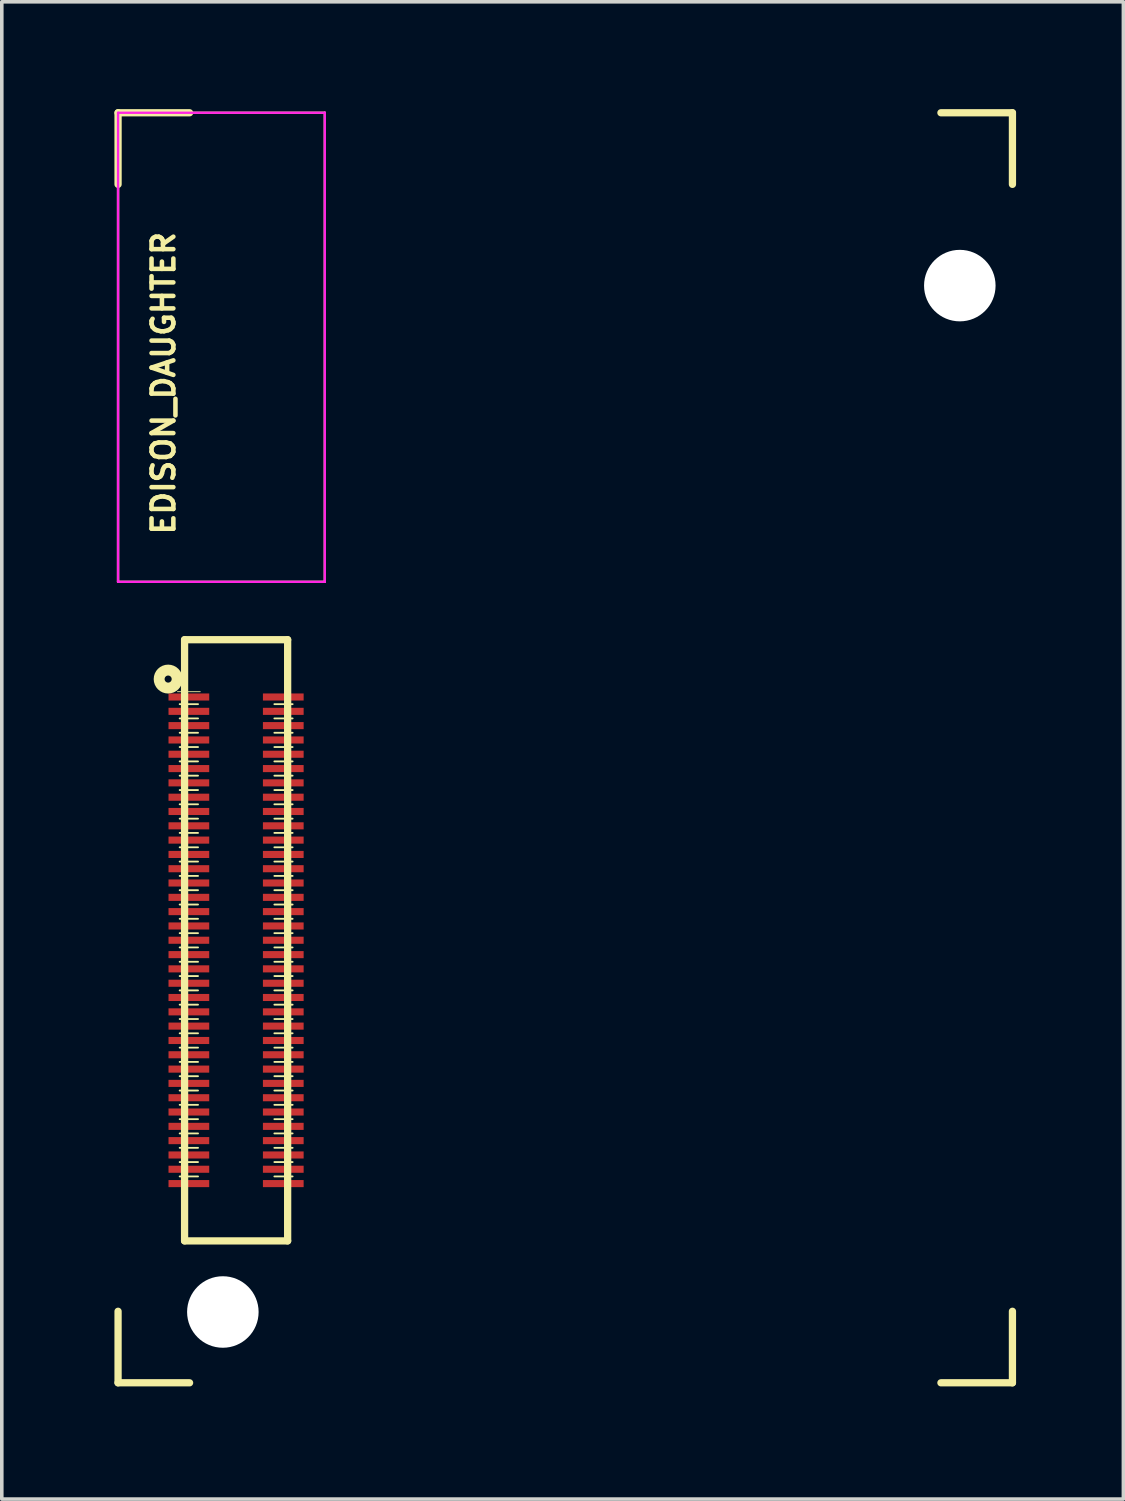
<source format=kicad_pcb>
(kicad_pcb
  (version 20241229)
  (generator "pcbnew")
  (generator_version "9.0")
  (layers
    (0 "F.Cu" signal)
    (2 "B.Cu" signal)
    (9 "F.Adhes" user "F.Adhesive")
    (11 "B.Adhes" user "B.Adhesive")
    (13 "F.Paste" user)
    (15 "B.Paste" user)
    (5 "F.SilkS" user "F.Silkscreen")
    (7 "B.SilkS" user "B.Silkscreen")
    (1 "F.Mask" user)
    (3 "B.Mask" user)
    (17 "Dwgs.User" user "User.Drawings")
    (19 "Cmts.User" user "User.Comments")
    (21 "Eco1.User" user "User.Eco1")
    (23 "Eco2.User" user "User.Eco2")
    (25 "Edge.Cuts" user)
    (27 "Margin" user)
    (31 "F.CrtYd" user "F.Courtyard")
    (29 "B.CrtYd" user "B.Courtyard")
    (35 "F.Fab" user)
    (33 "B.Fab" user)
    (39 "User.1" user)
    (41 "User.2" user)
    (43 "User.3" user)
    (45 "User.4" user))
  (footprint "EDISON_DAUGHTER"
    (layer "F.Cu")
    (at 0.25 35.601)
    (property "Reference" "EDISON_DAUGHTER" (at 1.27 -27.94 90) (layer "F.SilkS") (effects (font (size 0.61 0.61) (thickness 0.127))))
    (attr smd)
    (fp_line (start 0 -35.499) (end 1.999 -35.499) (stroke (width 0.203) (type solid)) (layer "F.SilkS"))
    (fp_line (start 0 -35.499) (end 5.779 -35.499) (stroke (width 0.066) (type solid)) (layer "F.SilkS"))
    (fp_line (start 0 -33.498) (end 0 -35.499) (stroke (width 0.203) (type solid)) (layer "F.SilkS"))
    (fp_line (start 0 -22.388) (end 0 -35.499) (stroke (width 0.066) (type solid)) (layer "F.SilkS"))
    (fp_line (start 0 -22.388) (end 5.779 -22.388) (stroke (width 0.066) (type solid)) (layer "F.SilkS"))
    (fp_line (start 0 0) (end 0 -1.999) (stroke (width 0.203) (type solid)) (layer "F.SilkS"))
    (fp_line (start 1.661 -19.317) (end 2.296 -19.317) (stroke (width 0.025) (type solid)) (layer "F.SilkS"))
    (fp_line (start 1.722 -18.969) (end 2.235 -18.969) (stroke (width 0.051) (type solid)) (layer "F.SilkS"))
    (fp_line (start 1.722 -18.57) (end 2.235 -18.57) (stroke (width 0.051) (type solid)) (layer "F.SilkS"))
    (fp_line (start 1.722 -18.169) (end 2.235 -18.169) (stroke (width 0.051) (type solid)) (layer "F.SilkS"))
    (fp_line (start 1.722 -17.77) (end 2.235 -17.77) (stroke (width 0.051) (type solid)) (layer "F.SilkS"))
    (fp_line (start 1.722 -17.369) (end 2.235 -17.369) (stroke (width 0.051) (type solid)) (layer "F.SilkS"))
    (fp_line (start 1.722 -16.97) (end 2.235 -16.97) (stroke (width 0.051) (type solid)) (layer "F.SilkS"))
    (fp_line (start 1.722 -16.568) (end 2.235 -16.568) (stroke (width 0.051) (type solid)) (layer "F.SilkS"))
    (fp_line (start 1.722 -16.17) (end 2.235 -16.17) (stroke (width 0.051) (type solid)) (layer "F.SilkS"))
    (fp_line (start 1.722 -15.768) (end 2.235 -15.768) (stroke (width 0.051) (type solid)) (layer "F.SilkS"))
    (fp_line (start 1.722 -15.37) (end 2.235 -15.37) (stroke (width 0.051) (type solid)) (layer "F.SilkS"))
    (fp_line (start 1.722 -14.968) (end 2.235 -14.968) (stroke (width 0.051) (type solid)) (layer "F.SilkS"))
    (fp_line (start 1.722 -14.569) (end 2.235 -14.569) (stroke (width 0.051) (type solid)) (layer "F.SilkS"))
    (fp_line (start 1.722 -14.168) (end 2.235 -14.168) (stroke (width 0.051) (type solid)) (layer "F.SilkS"))
    (fp_line (start 1.722 -13.769) (end 2.235 -13.769) (stroke (width 0.051) (type solid)) (layer "F.SilkS"))
    (fp_line (start 1.722 -13.368) (end 2.235 -13.368) (stroke (width 0.051) (type solid)) (layer "F.SilkS"))
    (fp_line (start 1.722 -12.969) (end 2.235 -12.969) (stroke (width 0.051) (type solid)) (layer "F.SilkS"))
    (fp_line (start 1.722 -12.568) (end 2.235 -12.568) (stroke (width 0.051) (type solid)) (layer "F.SilkS"))
    (fp_line (start 1.722 -12.169) (end 2.235 -12.169) (stroke (width 0.051) (type solid)) (layer "F.SilkS"))
    (fp_line (start 1.722 -11.768) (end 2.235 -11.768) (stroke (width 0.051) (type solid)) (layer "F.SilkS"))
    (fp_line (start 1.722 -11.369) (end 2.235 -11.369) (stroke (width 0.051) (type solid)) (layer "F.SilkS"))
    (fp_line (start 1.722 -10.968) (end 2.235 -10.968) (stroke (width 0.051) (type solid)) (layer "F.SilkS"))
    (fp_line (start 1.722 -10.569) (end 2.235 -10.569) (stroke (width 0.051) (type solid)) (layer "F.SilkS"))
    (fp_line (start 1.722 -10.168) (end 2.235 -10.168) (stroke (width 0.051) (type solid)) (layer "F.SilkS"))
    (fp_line (start 1.722 -9.769) (end 2.235 -9.769) (stroke (width 0.051) (type solid)) (layer "F.SilkS"))
    (fp_line (start 1.722 -9.368) (end 2.235 -9.368) (stroke (width 0.051) (type solid)) (layer "F.SilkS"))
    (fp_line (start 1.722 -8.969) (end 2.235 -8.969) (stroke (width 0.051) (type solid)) (layer "F.SilkS"))
    (fp_line (start 1.722 -8.57) (end 2.235 -8.57) (stroke (width 0.051) (type solid)) (layer "F.SilkS"))
    (fp_line (start 1.722 -8.169) (end 2.235 -8.169) (stroke (width 0.051) (type solid)) (layer "F.SilkS"))
    (fp_line (start 1.722 -7.77) (end 2.235 -7.77) (stroke (width 0.051) (type solid)) (layer "F.SilkS"))
    (fp_line (start 1.722 -7.369) (end 2.235 -7.369) (stroke (width 0.051) (type solid)) (layer "F.SilkS"))
    (fp_line (start 1.722 -6.97) (end 2.235 -6.97) (stroke (width 0.051) (type solid)) (layer "F.SilkS"))
    (fp_line (start 1.722 -6.568) (end 2.235 -6.568) (stroke (width 0.051) (type solid)) (layer "F.SilkS"))
    (fp_line (start 1.722 -6.17) (end 2.235 -6.17) (stroke (width 0.051) (type solid)) (layer "F.SilkS"))
    (fp_line (start 1.722 -5.768) (end 2.235 -5.768) (stroke (width 0.051) (type solid)) (layer "F.SilkS"))
    (fp_line (start 1.859 -20.77) (end 4.74 -20.77) (stroke (width 0.203) (type solid)) (layer "F.SilkS"))
    (fp_line (start 1.859 -3.967) (end 1.859 -20.77) (stroke (width 0.203) (type solid)) (layer "F.SilkS"))
    (fp_line (start 1.999 0) (end 0 0) (stroke (width 0.203) (type solid)) (layer "F.SilkS"))
    (fp_line (start 4.369 -18.969) (end 4.879 -18.969) (stroke (width 0.051) (type solid)) (layer "F.SilkS"))
    (fp_line (start 4.369 -18.57) (end 4.879 -18.57) (stroke (width 0.051) (type solid)) (layer "F.SilkS"))
    (fp_line (start 4.369 -18.169) (end 4.879 -18.169) (stroke (width 0.051) (type solid)) (layer "F.SilkS"))
    (fp_line (start 4.369 -17.77) (end 4.879 -17.77) (stroke (width 0.051) (type solid)) (layer "F.SilkS"))
    (fp_line (start 4.369 -17.369) (end 4.879 -17.369) (stroke (width 0.051) (type solid)) (layer "F.SilkS"))
    (fp_line (start 4.369 -16.97) (end 4.879 -16.97) (stroke (width 0.051) (type solid)) (layer "F.SilkS"))
    (fp_line (start 4.369 -16.568) (end 4.879 -16.568) (stroke (width 0.051) (type solid)) (layer "F.SilkS"))
    (fp_line (start 4.369 -16.17) (end 4.879 -16.17) (stroke (width 0.051) (type solid)) (layer "F.SilkS"))
    (fp_line (start 4.369 -15.768) (end 4.879 -15.768) (stroke (width 0.051) (type solid)) (layer "F.SilkS"))
    (fp_line (start 4.369 -15.37) (end 4.879 -15.37) (stroke (width 0.051) (type solid)) (layer "F.SilkS"))
    (fp_line (start 4.369 -14.968) (end 4.879 -14.968) (stroke (width 0.051) (type solid)) (layer "F.SilkS"))
    (fp_line (start 4.369 -14.569) (end 4.879 -14.569) (stroke (width 0.051) (type solid)) (layer "F.SilkS"))
    (fp_line (start 4.369 -14.168) (end 4.879 -14.168) (stroke (width 0.051) (type solid)) (layer "F.SilkS"))
    (fp_line (start 4.369 -13.769) (end 4.879 -13.769) (stroke (width 0.051) (type solid)) (layer "F.SilkS"))
    (fp_line (start 4.369 -13.368) (end 4.879 -13.368) (stroke (width 0.051) (type solid)) (layer "F.SilkS"))
    (fp_line (start 4.369 -12.969) (end 4.879 -12.969) (stroke (width 0.051) (type solid)) (layer "F.SilkS"))
    (fp_line (start 4.369 -12.568) (end 4.879 -12.568) (stroke (width 0.051) (type solid)) (layer "F.SilkS"))
    (fp_line (start 4.369 -12.169) (end 4.879 -12.169) (stroke (width 0.051) (type solid)) (layer "F.SilkS"))
    (fp_line (start 4.369 -11.768) (end 4.879 -11.768) (stroke (width 0.051) (type solid)) (layer "F.SilkS"))
    (fp_line (start 4.369 -11.369) (end 4.879 -11.369) (stroke (width 0.051) (type solid)) (layer "F.SilkS"))
    (fp_line (start 4.369 -10.968) (end 4.879 -10.968) (stroke (width 0.051) (type solid)) (layer "F.SilkS"))
    (fp_line (start 4.369 -10.569) (end 4.879 -10.569) (stroke (width 0.051) (type solid)) (layer "F.SilkS"))
    (fp_line (start 4.369 -10.168) (end 4.879 -10.168) (stroke (width 0.051) (type solid)) (layer "F.SilkS"))
    (fp_line (start 4.369 -9.769) (end 4.879 -9.769) (stroke (width 0.051) (type solid)) (layer "F.SilkS"))
    (fp_line (start 4.369 -9.368) (end 4.879 -9.368) (stroke (width 0.051) (type solid)) (layer "F.SilkS"))
    (fp_line (start 4.369 -8.969) (end 4.879 -8.969) (stroke (width 0.051) (type solid)) (layer "F.SilkS"))
    (fp_line (start 4.369 -8.57) (end 4.879 -8.57) (stroke (width 0.051) (type solid)) (layer "F.SilkS"))
    (fp_line (start 4.369 -8.169) (end 4.879 -8.169) (stroke (width 0.051) (type solid)) (layer "F.SilkS"))
    (fp_line (start 4.369 -7.77) (end 4.879 -7.77) (stroke (width 0.051) (type solid)) (layer "F.SilkS"))
    (fp_line (start 4.369 -7.369) (end 4.879 -7.369) (stroke (width 0.051) (type solid)) (layer "F.SilkS"))
    (fp_line (start 4.369 -6.97) (end 4.879 -6.97) (stroke (width 0.051) (type solid)) (layer "F.SilkS"))
    (fp_line (start 4.369 -6.568) (end 4.879 -6.568) (stroke (width 0.051) (type solid)) (layer "F.SilkS"))
    (fp_line (start 4.369 -6.17) (end 4.879 -6.17) (stroke (width 0.051) (type solid)) (layer "F.SilkS"))
    (fp_line (start 4.369 -5.768) (end 4.879 -5.768) (stroke (width 0.051) (type solid)) (layer "F.SilkS"))
    (fp_line (start 4.74 -20.77) (end 4.74 -3.967) (stroke (width 0.203) (type solid)) (layer "F.SilkS"))
    (fp_line (start 4.74 -3.967) (end 1.859 -3.967) (stroke (width 0.203) (type solid)) (layer "F.SilkS"))
    (fp_line (start 5.779 -22.388) (end 5.779 -35.499) (stroke (width 0.066) (type solid)) (layer "F.SilkS"))
    (fp_line (start 23 -35.499) (end 24.999 -35.499) (stroke (width 0.203) (type solid)) (layer "F.SilkS"))
    (fp_line (start 24.999 -35.499) (end 24.999 -33.498) (stroke (width 0.203) (type solid)) (layer "F.SilkS"))
    (fp_line (start 24.999 -1.999) (end 24.999 0) (stroke (width 0.203) (type solid)) (layer "F.SilkS"))
    (fp_line (start 24.999 0) (end 23 0) (stroke (width 0.203) (type solid)) (layer "F.SilkS"))
    (fp_circle (center 1.4 -19.67) (end 1.4 -19.769) (stroke (width 0.305) (type solid)) (fill no) (layer "F.SilkS"))
    (fp_line (start 0 -35.499) (end 5.779 -35.499) (stroke (width 0.066) (type solid)) (layer "F.CrtYd"))
    (fp_line (start 0 -22.388) (end 0 -35.499) (stroke (width 0.066) (type solid)) (layer "F.CrtYd"))
    (fp_line (start 0 -22.388) (end 5.779 -22.388) (stroke (width 0.066) (type solid)) (layer "F.CrtYd"))
    (fp_line (start 5.779 -22.388) (end 5.779 -35.499) (stroke (width 0.066) (type solid)) (layer "F.CrtYd"))
    (pad "" np_thru_hole circle (at 2.929 -1.979) (size 1.999 1.999) (drill 1.999) (layers "*.Cu" "*.Mask"))
    (pad "" np_thru_hole circle (at 23.528 -30.668) (size 1.999 1.999) (drill 1.999) (layers "*.Cu" "*.Mask"))
    (pad "1" smd rect (at 1.979 -19.169 90) (size 0.198 1.138) (layers "F.Cu" "F.Mask" "F.Paste"))
    (pad "2" smd rect (at 4.618 -19.169 90) (size 0.198 1.138) (layers "F.Cu" "F.Mask" "F.Paste"))
    (pad "3" smd rect (at 1.979 -18.768 90) (size 0.198 1.138) (layers "F.Cu" "F.Mask" "F.Paste"))
    (pad "4" smd rect (at 4.618 -18.768 90) (size 0.198 1.138) (layers "F.Cu" "F.Mask" "F.Paste"))
    (pad "5" smd rect (at 1.979 -18.369 90) (size 0.198 1.138) (layers "F.Cu" "F.Mask" "F.Paste"))
    (pad "6" smd rect (at 4.618 -18.369 90) (size 0.198 1.138) (layers "F.Cu" "F.Mask" "F.Paste"))
    (pad "7" smd rect (at 1.979 -17.968 90) (size 0.198 1.138) (layers "F.Cu" "F.Mask" "F.Paste"))
    (pad "8" smd rect (at 4.618 -17.968 90) (size 0.198 1.138) (layers "F.Cu" "F.Mask" "F.Paste"))
    (pad "9" smd rect (at 1.979 -17.569 90) (size 0.198 1.138) (layers "F.Cu" "F.Mask" "F.Paste"))
    (pad "10" smd rect (at 4.618 -17.569 90) (size 0.198 1.138) (layers "F.Cu" "F.Mask" "F.Paste"))
    (pad "11" smd rect (at 1.979 -17.168 90) (size 0.198 1.138) (layers "F.Cu" "F.Mask" "F.Paste"))
    (pad "12" smd rect (at 4.618 -17.168 90) (size 0.198 1.138) (layers "F.Cu" "F.Mask" "F.Paste"))
    (pad "13" smd rect (at 1.979 -16.769 90) (size 0.198 1.138) (layers "F.Cu" "F.Mask" "F.Paste"))
    (pad "14" smd rect (at 4.618 -16.769 90) (size 0.198 1.138) (layers "F.Cu" "F.Mask" "F.Paste"))
    (pad "15" smd rect (at 1.979 -16.368 90) (size 0.198 1.138) (layers "F.Cu" "F.Mask" "F.Paste"))
    (pad "16" smd rect (at 4.618 -16.368 90) (size 0.198 1.138) (layers "F.Cu" "F.Mask" "F.Paste"))
    (pad "17" smd rect (at 1.979 -15.969 90) (size 0.198 1.138) (layers "F.Cu" "F.Mask" "F.Paste"))
    (pad "18" smd rect (at 4.618 -15.969 90) (size 0.198 1.138) (layers "F.Cu" "F.Mask" "F.Paste"))
    (pad "19" smd rect (at 1.979 -15.568 90) (size 0.198 1.138) (layers "F.Cu" "F.Mask" "F.Paste"))
    (pad "20" smd rect (at 4.618 -15.568 90) (size 0.198 1.138) (layers "F.Cu" "F.Mask" "F.Paste"))
    (pad "21" smd rect (at 1.979 -15.169 90) (size 0.198 1.138) (layers "F.Cu" "F.Mask" "F.Paste"))
    (pad "22" smd rect (at 4.618 -15.169 90) (size 0.198 1.138) (layers "F.Cu" "F.Mask" "F.Paste"))
    (pad "23" smd rect (at 1.979 -14.768 90) (size 0.198 1.138) (layers "F.Cu" "F.Mask" "F.Paste"))
    (pad "24" smd rect (at 4.618 -14.768 90) (size 0.198 1.138) (layers "F.Cu" "F.Mask" "F.Paste"))
    (pad "25" smd rect (at 1.979 -14.369 90) (size 0.198 1.138) (layers "F.Cu" "F.Mask" "F.Paste"))
    (pad "26" smd rect (at 4.618 -14.369 90) (size 0.198 1.138) (layers "F.Cu" "F.Mask" "F.Paste"))
    (pad "27" smd rect (at 1.979 -13.97 90) (size 0.198 1.138) (layers "F.Cu" "F.Mask" "F.Paste"))
    (pad "28" smd rect (at 4.618 -13.97 90) (size 0.198 1.138) (layers "F.Cu" "F.Mask" "F.Paste"))
    (pad "29" smd rect (at 1.979 -13.569 90) (size 0.198 1.138) (layers "F.Cu" "F.Mask" "F.Paste"))
    (pad "30" smd rect (at 4.618 -13.569 90) (size 0.198 1.138) (layers "F.Cu" "F.Mask" "F.Paste"))
    (pad "31" smd rect (at 1.979 -13.17 90) (size 0.198 1.138) (layers "F.Cu" "F.Mask" "F.Paste"))
    (pad "32" smd rect (at 4.618 -13.17 90) (size 0.198 1.138) (layers "F.Cu" "F.Mask" "F.Paste"))
    (pad "33" smd rect (at 1.979 -12.769 90) (size 0.198 1.138) (layers "F.Cu" "F.Mask" "F.Paste"))
    (pad "34" smd rect (at 4.618 -12.769 90) (size 0.198 1.138) (layers "F.Cu" "F.Mask" "F.Paste"))
    (pad "35" smd rect (at 1.979 -12.37 90) (size 0.198 1.138) (layers "F.Cu" "F.Mask" "F.Paste"))
    (pad "36" smd rect (at 4.618 -12.37 90) (size 0.198 1.138) (layers "F.Cu" "F.Mask" "F.Paste"))
    (pad "37" smd rect (at 1.979 -11.968 90) (size 0.198 1.138) (layers "F.Cu" "F.Mask" "F.Paste"))
    (pad "38" smd rect (at 4.618 -11.968 90) (size 0.198 1.138) (layers "F.Cu" "F.Mask" "F.Paste"))
    (pad "39" smd rect (at 1.979 -11.57 90) (size 0.198 1.138) (layers "F.Cu" "F.Mask" "F.Paste"))
    (pad "40" smd rect (at 4.618 -11.57 90) (size 0.198 1.138) (layers "F.Cu" "F.Mask" "F.Paste"))
    (pad "41" smd rect (at 1.979 -11.168 90) (size 0.198 1.138) (layers "F.Cu" "F.Mask" "F.Paste"))
    (pad "42" smd rect (at 4.618 -11.168 90) (size 0.198 1.138) (layers "F.Cu" "F.Mask" "F.Paste"))
    (pad "43" smd rect (at 1.979 -10.77 90) (size 0.198 1.138) (layers "F.Cu" "F.Mask" "F.Paste"))
    (pad "44" smd rect (at 4.618 -10.77 90) (size 0.198 1.138) (layers "F.Cu" "F.Mask" "F.Paste"))
    (pad "45" smd rect (at 1.979 -10.368 90) (size 0.198 1.138) (layers "F.Cu" "F.Mask" "F.Paste"))
    (pad "46" smd rect (at 4.618 -10.368 90) (size 0.198 1.138) (layers "F.Cu" "F.Mask" "F.Paste"))
    (pad "47" smd rect (at 1.979 -9.97 90) (size 0.198 1.138) (layers "F.Cu" "F.Mask" "F.Paste"))
    (pad "48" smd rect (at 4.618 -9.97 90) (size 0.198 1.138) (layers "F.Cu" "F.Mask" "F.Paste"))
    (pad "49" smd rect (at 1.979 -9.568 90) (size 0.198 1.138) (layers "F.Cu" "F.Mask" "F.Paste"))
    (pad "50" smd rect (at 4.618 -9.568 90) (size 0.198 1.138) (layers "F.Cu" "F.Mask" "F.Paste"))
    (pad "51" smd rect (at 1.979 -9.169 90) (size 0.198 1.138) (layers "F.Cu" "F.Mask" "F.Paste"))
    (pad "52" smd rect (at 4.618 -9.169 90) (size 0.198 1.138) (layers "F.Cu" "F.Mask" "F.Paste"))
    (pad "53" smd rect (at 1.979 -8.768 90) (size 0.198 1.138) (layers "F.Cu" "F.Mask" "F.Paste"))
    (pad "54" smd rect (at 4.618 -8.768 90) (size 0.198 1.138) (layers "F.Cu" "F.Mask" "F.Paste"))
    (pad "55" smd rect (at 1.979 -8.369 90) (size 0.198 1.138) (layers "F.Cu" "F.Mask" "F.Paste"))
    (pad "56" smd rect (at 4.618 -8.369 90) (size 0.198 1.138) (layers "F.Cu" "F.Mask" "F.Paste"))
    (pad "57" smd rect (at 1.979 -7.968 90) (size 0.198 1.138) (layers "F.Cu" "F.Mask" "F.Paste"))
    (pad "58" smd rect (at 4.618 -7.968 90) (size 0.198 1.138) (layers "F.Cu" "F.Mask" "F.Paste"))
    (pad "59" smd rect (at 1.979 -7.569 90) (size 0.198 1.138) (layers "F.Cu" "F.Mask" "F.Paste"))
    (pad "60" smd rect (at 4.618 -7.569 90) (size 0.198 1.138) (layers "F.Cu" "F.Mask" "F.Paste"))
    (pad "61" smd rect (at 1.979 -7.168 90) (size 0.198 1.138) (layers "F.Cu" "F.Mask" "F.Paste"))
    (pad "62" smd rect (at 4.618 -7.168 90) (size 0.198 1.138) (layers "F.Cu" "F.Mask" "F.Paste"))
    (pad "63" smd rect (at 1.979 -6.769 90) (size 0.198 1.138) (layers "F.Cu" "F.Mask" "F.Paste"))
    (pad "64" smd rect (at 4.618 -6.769 90) (size 0.198 1.138) (layers "F.Cu" "F.Mask" "F.Paste"))
    (pad "65" smd rect (at 1.979 -6.368 90) (size 0.198 1.138) (layers "F.Cu" "F.Mask" "F.Paste"))
    (pad "66" smd rect (at 4.618 -6.368 90) (size 0.198 1.138) (layers "F.Cu" "F.Mask" "F.Paste"))
    (pad "67" smd rect (at 1.979 -5.969 90) (size 0.198 1.138) (layers "F.Cu" "F.Mask" "F.Paste"))
    (pad "68" smd rect (at 4.618 -5.969 90) (size 0.198 1.138) (layers "F.Cu" "F.Mask" "F.Paste"))
    (pad "69" smd rect (at 1.979 -5.568 90) (size 0.198 1.138) (layers "F.Cu" "F.Mask" "F.Paste"))
    (pad "70" smd rect (at 4.618 -5.568 90) (size 0.198 1.138) (layers "F.Cu" "F.Mask" "F.Paste")))
  (gr_rect
    (start -3 -3)
    (end 28.35 38.851)
    (stroke (width 0.1) (type default))
    (fill no)
    (layer "Edge.Cuts")))
</source>
